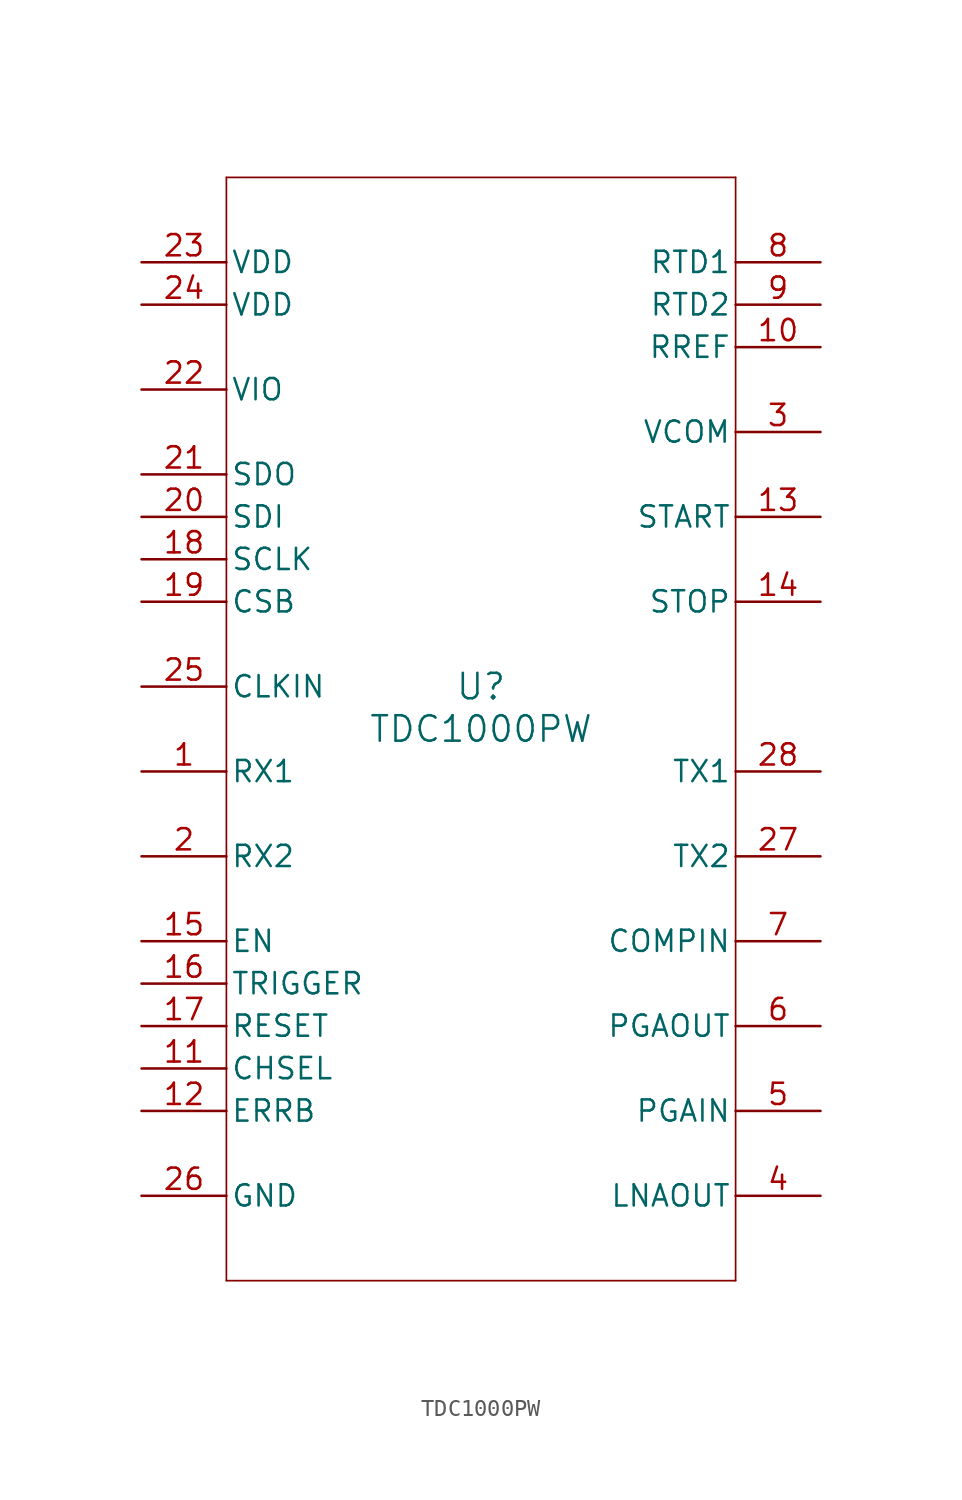
<source format=kicad_sym>
(kicad_symbol_lib
  (version 20211014)
  (generator kicad_symbol_editor)
  (symbol "TDC1000PW"
    (pin_names
      (offset 0.254))
    (property "Reference" "U"
      (at 0 2.54 0)
      (effects (font (size 1.524 1.524))))
    (property "Value" "TDC1000PW"
      (at 0 0 0)
      (effects (font (size 1.524 1.524))))
    (symbol "TDC1000PW_0_1"
      (polyline (pts (xy -15.24 -33.02) (xy 15.24 -33.02)) (stroke (width 0.102) (type default) (color 0 0 0 0)) (fill (type none)))
      (polyline (pts (xy 15.24 -33.02) (xy 15.24 33.02)) (stroke (width 0.102) (type default) (color 0 0 0 0)) (fill (type none)))
      (polyline (pts (xy 15.24 33.02) (xy -15.24 33.02)) (stroke (width 0.102) (type default) (color 0 0 0 0)) (fill (type none)))
      (polyline (pts (xy -15.24 33.02) (xy -15.24 -33.02)) (stroke (width 0.102) (type default) (color 0 0 0 0)) (fill (type none)))
      (pin input line (at -20.32 -2.54 0) (length 5.08) (name "RX1" (effects (font (size 1.27 1.27)))) (number "1" (effects (font (size 1.27 1.27)))))
      (pin input line (at -20.32 -7.62 0) (length 5.08) (name "RX2" (effects (font (size 1.27 1.27)))) (number "2" (effects (font (size 1.27 1.27)))))
      (pin power_in line (at 20.32 17.78 180) (length 5.08) (name "VCOM" (effects (font (size 1.27 1.27)))) (number "3" (effects (font (size 1.27 1.27)))))
      (pin output line (at 20.32 -27.94 180) (length 5.08) (name "LNAOUT" (effects (font (size 1.27 1.27)))) (number "4" (effects (font (size 1.27 1.27)))))
      (pin input line (at 20.32 -22.86 180) (length 5.08) (name "PGAIN" (effects (font (size 1.27 1.27)))) (number "5" (effects (font (size 1.27 1.27)))))
      (pin output line (at 20.32 -17.78 180) (length 5.08) (name "PGAOUT" (effects (font (size 1.27 1.27)))) (number "6" (effects (font (size 1.27 1.27)))))
      (pin input line (at 20.32 -12.7 180) (length 5.08) (name "COMPIN" (effects (font (size 1.27 1.27)))) (number "7" (effects (font (size 1.27 1.27)))))
      (pin output line (at 20.32 27.94 180) (length 5.08) (name "RTD1" (effects (font (size 1.27 1.27)))) (number "8" (effects (font (size 1.27 1.27)))))
      (pin output line (at 20.32 25.4 180) (length 5.08) (name "RTD2" (effects (font (size 1.27 1.27)))) (number "9" (effects (font (size 1.27 1.27)))))
      (pin output line (at 20.32 22.86 180) (length 5.08) (name "RREF" (effects (font (size 1.27 1.27)))) (number "10" (effects (font (size 1.27 1.27)))))
      (pin input line (at -20.32 -20.32 0) (length 5.08) (name "CHSEL" (effects (font (size 1.27 1.27)))) (number "11" (effects (font (size 1.27 1.27)))))
      (pin output line (at -20.32 -22.86 0) (length 5.08) (name "ERRB" (effects (font (size 1.27 1.27)))) (number "12" (effects (font (size 1.27 1.27)))))
      (pin output line (at 20.32 12.7 180) (length 5.08) (name "START" (effects (font (size 1.27 1.27)))) (number "13" (effects (font (size 1.27 1.27)))))
      (pin output line (at 20.32 7.62 180) (length 5.08) (name "STOP" (effects (font (size 1.27 1.27)))) (number "14" (effects (font (size 1.27 1.27)))))
      (pin input line (at -20.32 -12.7 0) (length 5.08) (name "EN" (effects (font (size 1.27 1.27)))) (number "15" (effects (font (size 1.27 1.27)))))
      (pin input line (at -20.32 -15.24 0) (length 5.08) (name "TRIGGER" (effects (font (size 1.27 1.27)))) (number "16" (effects (font (size 1.27 1.27)))))
      (pin input line (at -20.32 -17.78 0) (length 5.08) (name "RESET" (effects (font (size 1.27 1.27)))) (number "17" (effects (font (size 1.27 1.27)))))
      (pin input line (at -20.32 10.16 0) (length 5.08) (name "SCLK" (effects (font (size 1.27 1.27)))) (number "18" (effects (font (size 1.27 1.27)))))
      (pin input line (at -20.32 7.62 0) (length 5.08) (name "CSB" (effects (font (size 1.27 1.27)))) (number "19" (effects (font (size 1.27 1.27)))))
      (pin input line (at -20.32 12.7 0) (length 5.08) (name "SDI" (effects (font (size 1.27 1.27)))) (number "20" (effects (font (size 1.27 1.27)))))
      (pin output line (at -20.32 15.24 0) (length 5.08) (name "SDO" (effects (font (size 1.27 1.27)))) (number "21" (effects (font (size 1.27 1.27)))))
      (pin power_in line (at -20.32 20.32 0) (length 5.08) (name "VIO" (effects (font (size 1.27 1.27)))) (number "22" (effects (font (size 1.27 1.27)))))
      (pin power_in line (at -20.32 27.94 0) (length 5.08) (name "VDD" (effects (font (size 1.27 1.27)))) (number "23" (effects (font (size 1.27 1.27)))))
      (pin power_in line (at -20.32 25.4 0) (length 5.08) (name "VDD" (effects (font (size 1.27 1.27)))) (number "24" (effects (font (size 1.27 1.27)))))
      (pin input line (at -20.32 2.54 0) (length 5.08) (name "CLKIN" (effects (font (size 1.27 1.27)))) (number "25" (effects (font (size 1.27 1.27)))))
      (pin power_in line (at -20.32 -27.94 0) (length 5.08) (name "GND" (effects (font (size 1.27 1.27)))) (number "26" (effects (font (size 1.27 1.27)))))
      (pin output line (at 20.32 -7.62 180) (length 5.08) (name "TX2" (effects (font (size 1.27 1.27)))) (number "27" (effects (font (size 1.27 1.27)))))
      (pin output line (at 20.32 -2.54 180) (length 5.08) (name "TX1" (effects (font (size 1.27 1.27)))) (number "28" (effects (font (size 1.27 1.27))))))))
</source>
